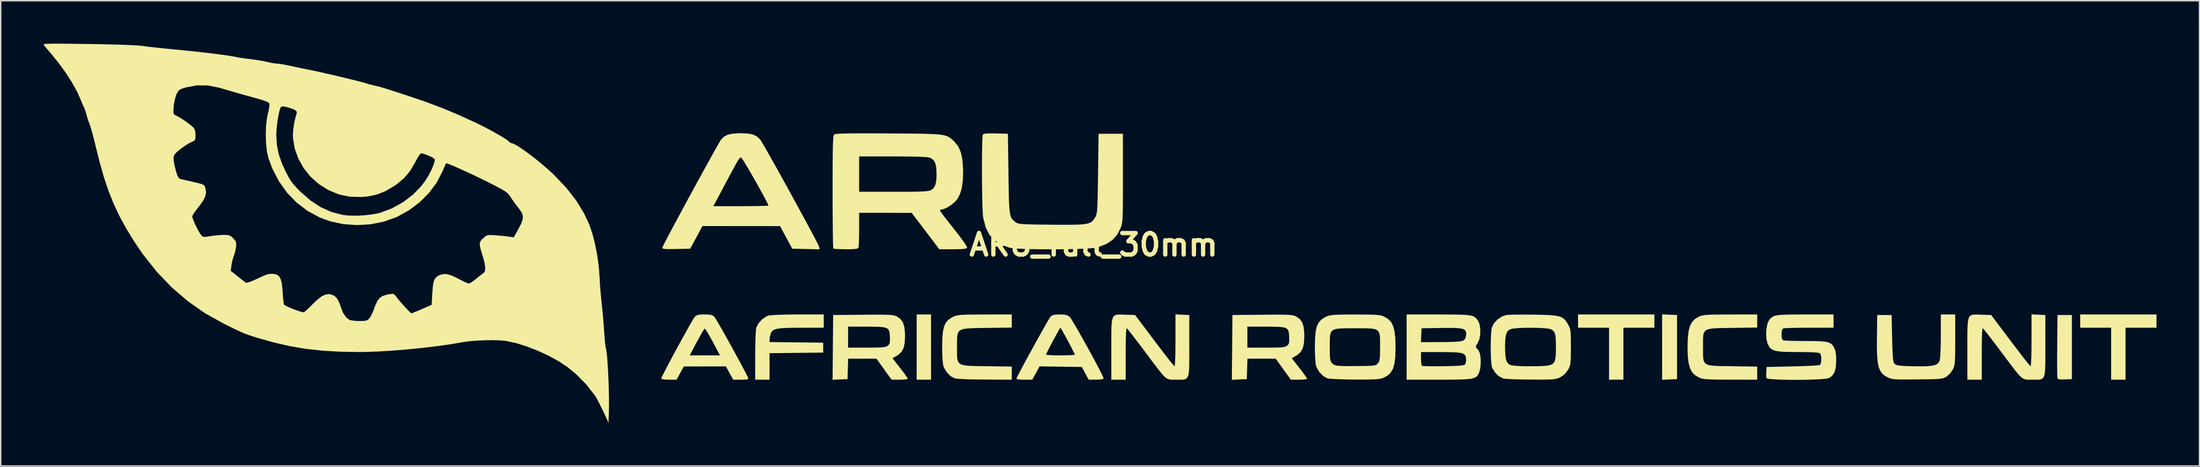
<source format=kicad_pcb>
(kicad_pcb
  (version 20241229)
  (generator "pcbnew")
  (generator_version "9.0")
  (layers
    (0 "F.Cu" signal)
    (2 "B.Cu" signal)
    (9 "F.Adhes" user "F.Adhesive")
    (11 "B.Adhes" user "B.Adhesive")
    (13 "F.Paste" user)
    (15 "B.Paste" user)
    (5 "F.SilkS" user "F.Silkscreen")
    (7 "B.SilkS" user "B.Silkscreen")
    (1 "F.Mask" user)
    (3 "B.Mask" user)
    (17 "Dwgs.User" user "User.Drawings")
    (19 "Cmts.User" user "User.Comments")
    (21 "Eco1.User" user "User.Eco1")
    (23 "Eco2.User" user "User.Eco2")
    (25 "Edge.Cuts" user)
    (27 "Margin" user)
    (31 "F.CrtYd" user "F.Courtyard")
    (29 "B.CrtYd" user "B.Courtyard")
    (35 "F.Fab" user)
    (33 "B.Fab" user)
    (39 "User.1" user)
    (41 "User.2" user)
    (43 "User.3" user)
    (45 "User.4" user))
  (footprint "ARU_full_30mm"
    (layer "F.Cu")
    (at 73.289 14.053)
    (property "Reference" "ARU_full_30mm" (at 0 0 0) (layer "F.SilkS") (effects (font (size 1.5 1.5) (thickness 0.3))))
    (attr board_only exclude_from_pos_files exclude_from_bom)
    (fp_poly (pts (xy -11.349 7.141) (xy -11.349 9.419) (xy -11.851 9.419) (xy -12.353 9.419) (xy -12.353 7.141) (xy -12.353 4.864) (xy -11.851 4.864) (xy -11.349 4.864)) (stroke (width 0) (type solid)) (fill yes) (layer "F.SilkS"))
    (fp_poly (pts (xy 40.204 4.88) (xy 40.725 4.902) (xy 40.725 7.141) (xy 40.725 9.38) (xy 40.204 9.403) (xy 39.683 9.426) (xy 39.683 7.141) (xy 39.683 4.857)) (stroke (width 0) (type solid)) (fill yes) (layer "F.SilkS"))
    (fp_poly (pts (xy 39.142 5.327) (xy 39.142 5.79) (xy 38.061 5.79) (xy 36.981 5.79) (xy 36.981 7.605) (xy 36.981 9.419) (xy 36.479 9.419) (xy 35.977 9.419) (xy 35.977 7.605) (xy 35.977 5.79) (xy 34.896 5.79) (xy 33.815 5.79) (xy 33.815 5.327) (xy 33.815 4.864) (xy 36.479 4.864) (xy 39.142 4.864)) (stroke (width 0) (type solid)) (fill yes) (layer "F.SilkS"))
    (fp_poly (pts (xy 68.287 7.141) (xy 68.287 9.38) (xy 67.803 9.403) (xy 67.503 9.405) (xy 67.335 9.374) (xy 67.281 9.325) (xy 67.271 9.224) (xy 67.264 8.989) (xy 67.26 8.642) (xy 67.257 8.202) (xy 67.258 7.691) (xy 67.262 7.13) (xy 67.262 7.063) (xy 67.283 4.902) (xy 67.785 4.902) (xy 68.287 4.902)) (stroke (width 0) (type solid)) (fill yes) (layer "F.SilkS"))
    (fp_poly (pts (xy 74.193 5.327) (xy 74.193 5.79) (xy 73.112 5.79) (xy 72.031 5.79) (xy 72.031 7.605) (xy 72.031 9.419) (xy 71.529 9.419) (xy 71.027 9.419) (xy 71.027 7.605) (xy 71.027 5.79) (xy 69.947 5.79) (xy 68.866 5.79) (xy 68.866 5.327) (xy 68.866 4.864) (xy 71.529 4.864) (xy 74.193 4.864)) (stroke (width 0) (type solid)) (fill yes) (layer "F.SilkS"))
    (fp_poly (pts (xy -18.838 5.327) (xy -18.838 5.79) (xy -20.362 5.791) (xy -20.986 5.794) (xy -21.474 5.806) (xy -21.844 5.83) (xy -22.113 5.869) (xy -22.301 5.926) (xy -22.425 6.006) (xy -22.503 6.111) (xy -22.537 6.19) (xy -22.597 6.418) (xy -22.621 6.611) (xy -22.621 6.791) (xy -20.748 6.812) (xy -18.876 6.833) (xy -18.876 7.18) (xy -18.876 7.527) (xy -20.748 7.548) (xy -22.621 7.569) (xy -22.621 8.494) (xy -22.621 9.419) (xy -23.122 9.419) (xy -23.624 9.419) (xy -23.624 7.74) (xy -23.62 7.228) (xy -23.611 6.753) (xy -23.596 6.343) (xy -23.577 6.023) (xy -23.555 5.822) (xy -23.547 5.787) (xy -23.4 5.491) (xy -23.152 5.213) (xy -22.855 5.005) (xy -22.693 4.94) (xy -22.541 4.918) (xy -22.261 4.899) (xy -21.877 4.883) (xy -21.417 4.871) (xy -20.906 4.865) (xy -20.633 4.864) (xy -18.838 4.864)) (stroke (width 0) (type solid)) (fill yes) (layer "F.SilkS"))
    (fp_poly (pts (xy 46.322 5.321) (xy 46.322 5.777) (xy 44.578 5.803) (xy 43.964 5.811) (xy 43.488 5.823) (xy 43.13 5.849) (xy 42.876 5.901) (xy 42.707 5.99) (xy 42.606 6.127) (xy 42.555 6.325) (xy 42.539 6.594) (xy 42.539 6.945) (xy 42.539 7.141) (xy 42.538 7.535) (xy 42.544 7.841) (xy 42.577 8.071) (xy 42.652 8.235) (xy 42.787 8.346) (xy 42.999 8.414) (xy 43.306 8.45) (xy 43.725 8.467) (xy 44.272 8.475) (xy 44.578 8.48) (xy 46.322 8.505) (xy 46.322 8.962) (xy 46.322 9.419) (xy 44.45 9.417) (xy 43.851 9.415) (xy 43.385 9.411) (xy 43.031 9.401) (xy 42.767 9.386) (xy 42.572 9.364) (xy 42.426 9.333) (xy 42.306 9.291) (xy 42.263 9.272) (xy 41.984 9.109) (xy 41.773 8.893) (xy 41.623 8.603) (xy 41.525 8.221) (xy 41.473 7.725) (xy 41.458 7.141) (xy 41.475 6.522) (xy 41.53 6.035) (xy 41.631 5.658) (xy 41.785 5.374) (xy 42 5.162) (xy 42.263 5.01) (xy 42.378 4.965) (xy 42.512 4.93) (xy 42.686 4.904) (xy 42.921 4.886) (xy 43.238 4.875) (xy 43.659 4.869) (xy 44.204 4.866) (xy 44.45 4.866) (xy 46.322 4.864)) (stroke (width 0) (type solid)) (fill yes) (layer "F.SilkS"))
    (fp_poly (pts (xy -5.713 5.322) (xy -5.713 5.78) (xy -7.448 5.804) (xy -8.07 5.812) (xy -8.554 5.824) (xy -8.918 5.851) (xy -9.179 5.903) (xy -9.354 5.991) (xy -9.461 6.127) (xy -9.515 6.322) (xy -9.534 6.585) (xy -9.535 6.929) (xy -9.535 7.141) (xy -9.536 7.531) (xy -9.528 7.834) (xy -9.494 8.063) (xy -9.417 8.228) (xy -9.279 8.34) (xy -9.065 8.409) (xy -8.756 8.447) (xy -8.336 8.465) (xy -7.787 8.474) (xy -7.448 8.478) (xy -5.713 8.503) (xy -5.713 8.961) (xy -5.713 9.419) (xy -7.585 9.411) (xy -8.157 9.405) (xy -8.672 9.394) (xy -9.109 9.377) (xy -9.446 9.357) (xy -9.661 9.333) (xy -9.711 9.322) (xy -9.993 9.164) (xy -10.251 8.901) (xy -10.443 8.582) (xy -10.495 8.437) (xy -10.525 8.25) (xy -10.55 7.948) (xy -10.567 7.571) (xy -10.573 7.159) (xy -10.573 7.103) (xy -10.56 6.512) (xy -10.518 6.051) (xy -10.438 5.699) (xy -10.313 5.433) (xy -10.133 5.231) (xy -9.89 5.07) (xy -9.766 5.009) (xy -9.653 4.964) (xy -9.519 4.929) (xy -9.345 4.904) (xy -9.109 4.886) (xy -8.79 4.875) (xy -8.366 4.869) (xy -7.816 4.866) (xy -7.585 4.866) (xy -5.713 4.864)) (stroke (width 0) (type solid)) (fill yes) (layer "F.SilkS"))
    (fp_poly (pts (xy -14.586 4.88) (xy -14.301 4.889) (xy -14.093 4.905) (xy -13.942 4.929) (xy -13.83 4.961) (xy -13.745 4.998) (xy -13.489 5.173) (xy -13.315 5.409) (xy -13.211 5.733) (xy -13.167 6.169) (xy -13.163 6.369) (xy -13.187 6.848) (xy -13.265 7.208) (xy -13.41 7.477) (xy -13.635 7.684) (xy -13.761 7.762) (xy -14.041 7.919) (xy -13.505 8.604) (xy -13.291 8.883) (xy -13.118 9.12) (xy -13.005 9.287) (xy -12.97 9.354) (xy -13.041 9.385) (xy -13.228 9.408) (xy -13.493 9.419) (xy -13.537 9.419) (xy -14.104 9.419) (xy -14.632 8.685) (xy -15.161 7.952) (xy -16.147 7.952) (xy -17.133 7.952) (xy -17.156 8.666) (xy -17.178 9.38) (xy -17.7 9.403) (xy -18.222 9.426) (xy -18.202 7.164) (xy -18.189 5.713) (xy -17.139 5.713) (xy -17.139 6.447) (xy -17.139 7.18) (xy -15.835 7.18) (xy -15.345 7.178) (xy -14.986 7.171) (xy -14.732 7.156) (xy -14.56 7.132) (xy -14.446 7.096) (xy -14.365 7.045) (xy -14.364 7.045) (xy -14.273 6.95) (xy -14.226 6.825) (xy -14.214 6.625) (xy -14.221 6.41) (xy -14.236 6.179) (xy -14.273 6.007) (xy -14.349 5.883) (xy -14.485 5.801) (xy -14.701 5.751) (xy -15.016 5.725) (xy -15.45 5.716) (xy -15.885 5.714) (xy -17.139 5.713) (xy -18.189 5.713) (xy -18.181 4.902) (xy -16.097 4.883) (xy -15.465 4.877) (xy -14.968 4.876)) (stroke (width 0) (type solid)) (fill yes) (layer "F.SilkS"))
    (fp_poly (pts (xy 13.284 4.88) (xy 13.569 4.889) (xy 13.778 4.905) (xy 13.928 4.929) (xy 14.041 4.961) (xy 14.126 4.998) (xy 14.381 5.173) (xy 14.556 5.409) (xy 14.66 5.733) (xy 14.704 6.169) (xy 14.707 6.369) (xy 14.684 6.848) (xy 14.606 7.208) (xy 14.46 7.477) (xy 14.235 7.684) (xy 14.11 7.762) (xy 13.83 7.919) (xy 14.365 8.604) (xy 14.579 8.883) (xy 14.752 9.12) (xy 14.866 9.287) (xy 14.9 9.354) (xy 14.829 9.385) (xy 14.642 9.408) (xy 14.377 9.419) (xy 14.334 9.419) (xy 13.767 9.419) (xy 13.238 8.685) (xy 12.71 7.952) (xy 11.723 7.952) (xy 10.737 7.952) (xy 10.715 8.666) (xy 10.693 9.38) (xy 10.17 9.403) (xy 9.648 9.426) (xy 9.669 7.164) (xy 9.682 5.713) (xy 10.731 5.713) (xy 10.731 6.447) (xy 10.731 7.18) (xy 12.035 7.18) (xy 12.525 7.178) (xy 12.885 7.171) (xy 13.139 7.156) (xy 13.31 7.132) (xy 13.425 7.096) (xy 13.506 7.045) (xy 13.506 7.045) (xy 13.598 6.95) (xy 13.645 6.825) (xy 13.657 6.625) (xy 13.65 6.41) (xy 13.634 6.179) (xy 13.598 6.007) (xy 13.522 5.883) (xy 13.386 5.801) (xy 13.17 5.751) (xy 12.855 5.725) (xy 12.42 5.716) (xy 11.986 5.714) (xy 10.731 5.713) (xy 9.682 5.713) (xy 9.689 4.902) (xy 11.774 4.883) (xy 12.406 4.877) (xy 12.903 4.876)) (stroke (width 0) (type solid)) (fill yes) (layer "F.SilkS"))
    (fp_poly (pts (xy 6.196 4.879) (xy 6.678 4.902) (xy 6.678 7.051) (xy 6.679 7.719) (xy 6.677 8.248) (xy 6.667 8.654) (xy 6.641 8.955) (xy 6.594 9.165) (xy 6.519 9.3) (xy 6.411 9.378) (xy 6.262 9.413) (xy 6.067 9.421) (xy 5.819 9.419) (xy 5.751 9.419) (xy 5.56 9.421) (xy 5.404 9.419) (xy 5.27 9.401) (xy 5.145 9.354) (xy 5.016 9.266) (xy 4.868 9.125) (xy 4.689 8.918) (xy 4.464 8.633) (xy 4.179 8.259) (xy 3.823 7.782) (xy 3.566 7.438) (xy 3.244 7.01) (xy 2.949 6.623) (xy 2.696 6.294) (xy 2.497 6.041) (xy 2.367 5.881) (xy 2.32 5.831) (xy 2.291 5.878) (xy 2.269 6.06) (xy 2.253 6.383) (xy 2.243 6.85) (xy 2.239 7.466) (xy 2.239 7.6) (xy 2.239 9.419) (xy 1.737 9.419) (xy 1.235 9.419) (xy 1.235 7.304) (xy 1.235 6.623) (xy 1.237 6.081) (xy 1.249 5.662) (xy 1.276 5.351) (xy 1.325 5.132) (xy 1.402 4.99) (xy 1.512 4.909) (xy 1.663 4.873) (xy 1.861 4.868) (xy 2.11 4.876) (xy 2.2 4.88) (xy 2.895 4.902) (xy 4.232 6.678) (xy 4.577 7.134) (xy 4.894 7.548) (xy 5.171 7.906) (xy 5.395 8.19) (xy 5.554 8.385) (xy 5.635 8.475) (xy 5.641 8.48) (xy 5.664 8.413) (xy 5.683 8.207) (xy 5.698 7.875) (xy 5.708 7.43) (xy 5.713 6.889) (xy 5.713 6.681) (xy 5.713 4.856)) (stroke (width 0) (type solid)) (fill yes) (layer "F.SilkS"))
    (fp_poly (pts (xy 65.951 4.879) (xy 66.434 4.902) (xy 66.434 7.051) (xy 66.435 7.719) (xy 66.433 8.248) (xy 66.422 8.654) (xy 66.397 8.955) (xy 66.35 9.165) (xy 66.275 9.3) (xy 66.166 9.378) (xy 66.018 9.413) (xy 65.823 9.421) (xy 65.575 9.419) (xy 65.507 9.419) (xy 65.315 9.421) (xy 65.159 9.419) (xy 65.026 9.401) (xy 64.901 9.354) (xy 64.772 9.266) (xy 64.624 9.125) (xy 64.444 8.918) (xy 64.219 8.633) (xy 63.935 8.259) (xy 63.578 7.782) (xy 63.321 7.438) (xy 62.999 7.01) (xy 62.705 6.623) (xy 62.452 6.294) (xy 62.253 6.041) (xy 62.122 5.881) (xy 62.075 5.831) (xy 62.047 5.878) (xy 62.024 6.06) (xy 62.008 6.383) (xy 61.999 6.85) (xy 61.995 7.466) (xy 61.995 7.6) (xy 61.995 9.419) (xy 61.493 9.419) (xy 60.991 9.419) (xy 60.991 7.304) (xy 60.99 6.623) (xy 60.993 6.081) (xy 61.005 5.662) (xy 61.032 5.351) (xy 61.081 5.132) (xy 61.157 4.99) (xy 61.268 4.909) (xy 61.419 4.873) (xy 61.616 4.868) (xy 61.866 4.876) (xy 61.956 4.88) (xy 62.651 4.902) (xy 63.988 6.678) (xy 64.333 7.134) (xy 64.65 7.548) (xy 64.926 7.906) (xy 65.15 8.19) (xy 65.309 8.385) (xy 65.391 8.475) (xy 65.397 8.48) (xy 65.419 8.413) (xy 65.438 8.207) (xy 65.453 7.875) (xy 65.463 7.43) (xy 65.468 6.889) (xy 65.469 6.681) (xy 65.469 4.856)) (stroke (width 0) (type solid)) (fill yes) (layer "F.SilkS"))
    (fp_poly (pts (xy -26.863 4.871) (xy -26.674 4.901) (xy -26.547 4.965) (xy -26.458 5.048) (xy -26.387 5.152) (xy -26.256 5.371) (xy -26.075 5.683) (xy -25.856 6.068) (xy -25.611 6.505) (xy -25.352 6.972) (xy -25.09 7.448) (xy -24.837 7.911) (xy -24.605 8.342) (xy -24.405 8.718) (xy -24.249 9.018) (xy -24.148 9.222) (xy -24.122 9.284) (xy -24.111 9.354) (xy -24.164 9.395) (xy -24.31 9.414) (xy -24.579 9.419) (xy -24.614 9.419) (xy -25.158 9.419) (xy -25.413 8.956) (xy -25.667 8.492) (xy -27.136 8.493) (xy -28.604 8.494) (xy -28.858 8.957) (xy -29.112 9.419) (xy -29.649 9.419) (xy -29.915 9.409) (xy -30.107 9.384) (xy -30.186 9.349) (xy -30.187 9.346) (xy -30.151 9.254) (xy -30.05 9.047) (xy -29.897 8.746) (xy -29.701 8.372) (xy -29.473 7.944) (xy -29.353 7.72) (xy -28.193 7.72) (xy -27.138 7.72) (xy -26.083 7.72) (xy -26.585 6.775) (xy -26.771 6.434) (xy -26.935 6.152) (xy -27.063 5.95) (xy -27.14 5.855) (xy -27.151 5.85) (xy -27.208 5.923) (xy -27.322 6.107) (xy -27.476 6.377) (xy -27.656 6.706) (xy -27.704 6.796) (xy -28.193 7.72) (xy -29.353 7.72) (xy -29.226 7.483) (xy -28.969 7.01) (xy -28.714 6.544) (xy -28.472 6.107) (xy -28.254 5.718) (xy -28.071 5.397) (xy -27.934 5.166) (xy -27.854 5.045) (xy -27.848 5.038) (xy -27.738 4.942) (xy -27.596 4.889) (xy -27.378 4.867) (xy -27.159 4.864)) (stroke (width 0) (type solid)) (fill yes) (layer "F.SilkS"))
    (fp_poly (pts (xy 60.142 6.615) (xy 60.141 7.187) (xy 60.137 7.626) (xy 60.128 7.957) (xy 60.112 8.2) (xy 60.089 8.38) (xy 60.055 8.518) (xy 60.01 8.637) (xy 59.982 8.697) (xy 59.792 8.979) (xy 59.547 9.198) (xy 59.538 9.204) (xy 59.439 9.261) (xy 59.335 9.305) (xy 59.205 9.337) (xy 59.026 9.36) (xy 58.777 9.376) (xy 58.435 9.387) (xy 57.978 9.395) (xy 57.517 9.401) (xy 56.945 9.406) (xy 56.505 9.407) (xy 56.175 9.401) (xy 55.931 9.388) (xy 55.752 9.366) (xy 55.615 9.334) (xy 55.497 9.29) (xy 55.465 9.275) (xy 55.232 9.148) (xy 55.048 8.994) (xy 54.906 8.795) (xy 54.803 8.534) (xy 54.733 8.192) (xy 54.692 7.752) (xy 54.675 7.197) (xy 54.676 6.507) (xy 54.678 6.407) (xy 54.699 4.902) (xy 55.201 4.902) (xy 55.702 4.902) (xy 55.741 6.54) (xy 55.755 7.093) (xy 55.77 7.512) (xy 55.788 7.818) (xy 55.81 8.031) (xy 55.838 8.173) (xy 55.876 8.263) (xy 55.917 8.316) (xy 55.993 8.371) (xy 56.111 8.411) (xy 56.295 8.44) (xy 56.571 8.46) (xy 56.964 8.475) (xy 57.192 8.481) (xy 57.773 8.488) (xy 58.219 8.476) (xy 58.549 8.44) (xy 58.782 8.376) (xy 58.936 8.281) (xy 59.03 8.151) (xy 59.054 8.094) (xy 59.083 7.929) (xy 59.107 7.633) (xy 59.125 7.229) (xy 59.136 6.74) (xy 59.138 6.358) (xy 59.138 4.864) (xy 59.64 4.864) (xy 60.142 4.864)) (stroke (width 0) (type solid)) (fill yes) (layer "F.SilkS"))
    (fp_poly (pts (xy -2.064 4.874) (xy -1.866 4.914) (xy -1.719 4.995) (xy -1.669 5.038) (xy -1.591 5.141) (xy -1.454 5.358) (xy -1.269 5.668) (xy -1.048 6.049) (xy -0.803 6.482) (xy -0.544 6.946) (xy -0.282 7.42) (xy -0.03 7.884) (xy 0.201 8.316) (xy 0.401 8.698) (xy 0.557 9.006) (xy 0.659 9.222) (xy 0.695 9.325) (xy 0.631 9.381) (xy 0.431 9.411) (xy 0.174 9.418) (xy -0.347 9.416) (xy -0.585 8.974) (xy -0.823 8.531) (xy -2.297 8.51) (xy -3.771 8.489) (xy -4.026 8.954) (xy -4.282 9.419) (xy -4.851 9.419) (xy -5.157 9.412) (xy -5.328 9.388) (xy -5.386 9.344) (xy -5.382 9.322) (xy -5.318 9.187) (xy -5.192 8.942) (xy -5.016 8.61) (xy -4.801 8.211) (xy -4.559 7.765) (xy -4.507 7.671) (xy -3.32 7.671) (xy -3.247 7.689) (xy -3.049 7.705) (xy -2.754 7.715) (xy -2.39 7.72) (xy -2.316 7.72) (xy -1.943 7.717) (xy -1.632 7.708) (xy -1.414 7.694) (xy -1.315 7.678) (xy -1.312 7.674) (xy -1.346 7.587) (xy -1.438 7.399) (xy -1.57 7.14) (xy -1.727 6.84) (xy -1.893 6.529) (xy -2.051 6.239) (xy -2.185 6) (xy -2.28 5.841) (xy -2.317 5.792) (xy -2.364 5.855) (xy -2.464 6.025) (xy -2.603 6.273) (xy -2.763 6.567) (xy -2.928 6.877) (xy -3.083 7.173) (xy -3.21 7.425) (xy -3.294 7.602) (xy -3.32 7.671) (xy -4.507 7.671) (xy -4.301 7.294) (xy -4.039 6.818) (xy -3.784 6.358) (xy -3.547 5.936) (xy -3.341 5.571) (xy -3.176 5.285) (xy -3.064 5.099) (xy -3.022 5.038) (xy -2.911 4.94) (xy -2.766 4.887) (xy -2.539 4.866) (xy -2.365 4.864)) (stroke (width 0) (type solid)) (fill yes) (layer "F.SilkS"))
    (fp_poly (pts (xy 51.649 5.327) (xy 51.649 5.79) (xy 49.957 5.79) (xy 49.455 5.792) (xy 49.002 5.798) (xy 48.62 5.807) (xy 48.334 5.818) (xy 48.169 5.832) (xy 48.143 5.837) (xy 48.06 5.925) (xy 48.024 6.125) (xy 48.021 6.253) (xy 48.039 6.51) (xy 48.101 6.643) (xy 48.143 6.67) (xy 48.256 6.685) (xy 48.497 6.698) (xy 48.839 6.708) (xy 49.254 6.715) (xy 49.691 6.717) (xy 50.263 6.72) (xy 50.703 6.734) (xy 51.032 6.762) (xy 51.271 6.812) (xy 51.442 6.887) (xy 51.566 6.993) (xy 51.666 7.135) (xy 51.703 7.201) (xy 51.785 7.434) (xy 51.828 7.764) (xy 51.836 8.068) (xy 51.808 8.543) (xy 51.718 8.894) (xy 51.559 9.144) (xy 51.343 9.302) (xy 51.197 9.339) (xy 50.931 9.37) (xy 50.569 9.395) (xy 50.136 9.413) (xy 49.655 9.425) (xy 49.15 9.431) (xy 48.647 9.43) (xy 48.168 9.422) (xy 47.739 9.408) (xy 47.382 9.387) (xy 47.123 9.36) (xy 46.986 9.326) (xy 46.971 9.312) (xy 46.951 9.172) (xy 46.95 8.951) (xy 46.954 8.868) (xy 46.978 8.531) (xy 48.793 8.492) (xy 49.31 8.479) (xy 49.779 8.462) (xy 50.175 8.443) (xy 50.476 8.423) (xy 50.66 8.403) (xy 50.703 8.391) (xy 50.767 8.274) (xy 50.796 8.07) (xy 50.79 7.841) (xy 50.748 7.65) (xy 50.707 7.581) (xy 50.613 7.545) (xy 50.404 7.518) (xy 50.07 7.5) (xy 49.6 7.491) (xy 49.144 7.488) (xy 48.554 7.484) (xy 48.097 7.468) (xy 47.754 7.435) (xy 47.502 7.377) (xy 47.322 7.29) (xy 47.193 7.168) (xy 47.094 7.004) (xy 47.043 6.892) (xy 46.967 6.596) (xy 46.942 6.232) (xy 46.964 5.855) (xy 47.031 5.519) (xy 47.138 5.278) (xy 47.142 5.273) (xy 47.235 5.155) (xy 47.333 5.062) (xy 47.453 4.992) (xy 47.616 4.94) (xy 47.839 4.905) (xy 48.142 4.883) (xy 48.545 4.871) (xy 49.065 4.866) (xy 49.661 4.865) (xy 51.649 4.864)) (stroke (width 0) (type solid)) (fill yes) (layer "F.SilkS"))
    (fp_poly (pts (xy -24.162 -7.778) (xy -23.804 -7.713) (xy -23.533 -7.591) (xy -23.317 -7.403) (xy -23.269 -7.345) (xy -23.192 -7.228) (xy -23.053 -6.994) (xy -22.859 -6.658) (xy -22.619 -6.235) (xy -22.341 -5.741) (xy -22.034 -5.192) (xy -21.707 -4.602) (xy -21.368 -3.988) (xy -21.025 -3.364) (xy -20.687 -2.746) (xy -20.362 -2.15) (xy -20.06 -1.591) (xy -19.787 -1.084) (xy -19.553 -0.645) (xy -19.367 -0.29) (xy -19.236 -0.033) (xy -19.169 0.11) (xy -19.163 0.13) (xy -19.128 0.314) (xy -20.083 0.292) (xy -21.038 0.27) (xy -21.463 -0.519) (xy -21.887 -1.309) (xy -24.596 -1.311) (xy -27.304 -1.312) (xy -27.732 -0.521) (xy -28.159 0.27) (xy -29.134 0.292) (xy -29.545 0.298) (xy -29.825 0.295) (xy -29.996 0.279) (xy -30.084 0.25) (xy -30.109 0.203) (xy -30.109 0.199) (xy -30.073 0.115) (xy -29.971 -0.09) (xy -29.81 -0.4) (xy -29.6 -0.8) (xy -29.347 -1.274) (xy -29.061 -1.808) (xy -28.75 -2.386) (xy -28.579 -2.702) (xy -26.544 -2.702) (xy -24.621 -2.702) (xy -24.095 -2.704) (xy -23.623 -2.708) (xy -23.227 -2.714) (xy -22.928 -2.722) (xy -22.745 -2.732) (xy -22.698 -2.74) (xy -22.734 -2.837) (xy -22.835 -3.042) (xy -22.987 -3.331) (xy -23.179 -3.684) (xy -23.396 -4.077) (xy -23.628 -4.489) (xy -23.861 -4.897) (xy -24.083 -5.279) (xy -24.28 -5.612) (xy -24.441 -5.875) (xy -24.552 -6.044) (xy -24.601 -6.099) (xy -24.642 -6.095) (xy -24.685 -6.072) (xy -24.738 -6.015) (xy -24.811 -5.909) (xy -24.913 -5.739) (xy -25.052 -5.491) (xy -25.238 -5.149) (xy -25.48 -4.698) (xy -25.731 -4.227) (xy -26.544 -2.702) (xy -28.579 -2.702) (xy -28.421 -2.994) (xy -28.084 -3.616) (xy -27.745 -4.237) (xy -27.414 -4.842) (xy -27.099 -5.416) (xy -26.808 -5.943) (xy -26.549 -6.41) (xy -26.33 -6.8) (xy -26.159 -7.098) (xy -26.046 -7.29) (xy -26.011 -7.344) (xy -25.813 -7.551) (xy -25.55 -7.689) (xy -25.196 -7.768) (xy -24.722 -7.797) (xy -24.638 -7.798)) (stroke (width 0) (type solid)) (fill yes) (layer "F.SilkS"))
    (fp_poly (pts (xy 24.068 4.865) (xy 24.749 4.866) (xy 25.293 4.871) (xy 25.718 4.881) (xy 26.042 4.9) (xy 26.284 4.93) (xy 26.46 4.974) (xy 26.589 5.035) (xy 26.688 5.115) (xy 26.777 5.216) (xy 26.821 5.275) (xy 26.937 5.534) (xy 26.992 5.878) (xy 26.988 6.253) (xy 26.924 6.602) (xy 26.803 6.87) (xy 26.8 6.874) (xy 26.701 7.039) (xy 26.677 7.153) (xy 26.689 7.17) (xy 26.781 7.265) (xy 26.891 7.409) (xy 26.97 7.618) (xy 27.013 7.923) (xy 27.02 8.273) (xy 26.989 8.615) (xy 26.92 8.894) (xy 26.912 8.914) (xy 26.849 9.051) (xy 26.775 9.16) (xy 26.673 9.245) (xy 26.528 9.309) (xy 26.322 9.355) (xy 26.038 9.386) (xy 25.66 9.405) (xy 25.172 9.415) (xy 24.556 9.418) (xy 24.091 9.419) (xy 21.849 9.419) (xy 21.849 7.489) (xy 22.852 7.489) (xy 22.852 7.939) (xy 22.861 8.191) (xy 22.884 8.378) (xy 22.908 8.445) (xy 23 8.462) (xy 23.22 8.474) (xy 23.545 8.481) (xy 23.949 8.482) (xy 24.408 8.478) (xy 24.417 8.478) (xy 24.942 8.467) (xy 25.333 8.454) (xy 25.609 8.435) (xy 25.79 8.411) (xy 25.896 8.378) (xy 25.944 8.338) (xy 25.99 8.185) (xy 26 7.969) (xy 25.999 7.954) (xy 25.976 7.804) (xy 25.919 7.69) (xy 25.81 7.607) (xy 25.63 7.551) (xy 25.359 7.516) (xy 24.98 7.498) (xy 24.473 7.491) (xy 24.223 7.49) (xy 22.852 7.489) (xy 21.849 7.489) (xy 21.849 7.141) (xy 21.849 6.794) (xy 22.845 6.794) (xy 24.219 6.793) (xy 24.814 6.787) (xy 25.263 6.771) (xy 25.575 6.744) (xy 25.759 6.706) (xy 25.786 6.695) (xy 25.934 6.57) (xy 25.998 6.361) (xy 26.003 6.314) (xy 26.006 6.143) (xy 25.971 6.014) (xy 25.88 5.92) (xy 25.716 5.858) (xy 25.46 5.821) (xy 25.095 5.805) (xy 24.604 5.804) (xy 24.272 5.808) (xy 22.891 5.829) (xy 22.868 6.311) (xy 22.845 6.794) (xy 21.849 6.794) (xy 21.849 4.864)) (stroke (width 0) (type solid)) (fill yes) (layer "F.SilkS"))
    (fp_poly (pts (xy -6.826 -7.781) (xy -5.983 -7.759) (xy -5.945 -4.98) (xy -5.934 -4.212) (xy -5.922 -3.582) (xy -5.908 -3.076) (xy -5.888 -2.677) (xy -5.862 -2.37) (xy -5.826 -2.138) (xy -5.779 -1.966) (xy -5.717 -1.839) (xy -5.639 -1.74) (xy -5.543 -1.655) (xy -5.457 -1.59) (xy -5.388 -1.544) (xy -5.309 -1.507) (xy -5.201 -1.479) (xy -5.046 -1.457) (xy -4.827 -1.441) (xy -4.525 -1.43) (xy -4.124 -1.421) (xy -3.605 -1.414) (xy -2.95 -1.408) (xy -2.909 -1.407) (xy -2.19 -1.402) (xy -1.608 -1.402) (xy -1.147 -1.41) (xy -0.79 -1.43) (xy -0.519 -1.464) (xy -0.319 -1.515) (xy -0.171 -1.586) (xy -0.059 -1.68) (xy 0.033 -1.799) (xy 0.113 -1.93) (xy 0.155 -2.009) (xy 0.188 -2.099) (xy 0.216 -2.217) (xy 0.238 -2.38) (xy 0.255 -2.603) (xy 0.269 -2.904) (xy 0.281 -3.297) (xy 0.291 -3.801) (xy 0.301 -4.43) (xy 0.309 -4.98) (xy 0.347 -7.759) (xy 1.197 -7.759) (xy 2.046 -7.759) (xy 2.046 -4.671) (xy 2.046 -3.898) (xy 2.044 -3.263) (xy 2.041 -2.751) (xy 2.036 -2.345) (xy 2.027 -2.029) (xy 2.014 -1.786) (xy 1.996 -1.602) (xy 1.972 -1.459) (xy 1.941 -1.341) (xy 1.904 -1.233) (xy 1.874 -1.157) (xy 1.634 -0.699) (xy 1.318 -0.342) (xy 0.904 -0.068) (xy 0.37 0.14) (xy 0.189 0.191) (xy -0.02 0.224) (xy -0.358 0.252) (xy -0.802 0.274) (xy -1.329 0.292) (xy -1.913 0.304) (xy -2.533 0.31) (xy -3.164 0.312) (xy -3.782 0.308) (xy -4.365 0.298) (xy -4.888 0.283) (xy -5.328 0.262) (xy -5.662 0.235) (xy -5.865 0.203) (xy -5.867 0.203) (xy -6.458 -0.016) (xy -6.926 -0.32) (xy -7.283 -0.719) (xy -7.537 -1.226) (xy -7.698 -1.85) (xy -7.717 -1.971) (xy -7.736 -2.177) (xy -7.752 -2.501) (xy -7.766 -2.919) (xy -7.777 -3.412) (xy -7.785 -3.958) (xy -7.791 -4.535) (xy -7.793 -5.122) (xy -7.793 -5.697) (xy -7.79 -6.239) (xy -7.783 -6.727) (xy -7.774 -7.139) (xy -7.761 -7.453) (xy -7.745 -7.65) (xy -7.732 -7.704) (xy -7.655 -7.75) (xy -7.482 -7.777) (xy -7.192 -7.786)) (stroke (width 0) (type solid)) (fill yes) (layer "F.SilkS"))
    (fp_poly (pts (xy 18.829 4.869) (xy 19.267 4.874) (xy 19.596 4.884) (xy 19.839 4.902) (xy 20.019 4.928) (xy 20.158 4.965) (xy 20.272 5.01) (xy 20.544 5.167) (xy 20.751 5.374) (xy 20.9 5.649) (xy 21 6.013) (xy 21.056 6.485) (xy 21.076 7.086) (xy 21.077 7.208) (xy 21.059 7.818) (xy 20.999 8.297) (xy 20.89 8.666) (xy 20.723 8.945) (xy 20.489 9.153) (xy 20.209 9.299) (xy 20.082 9.341) (xy 19.909 9.371) (xy 19.67 9.392) (xy 19.344 9.405) (xy 18.91 9.411) (xy 18.346 9.411) (xy 18.242 9.411) (xy 17.719 9.405) (xy 17.241 9.392) (xy 16.834 9.375) (xy 16.522 9.353) (xy 16.333 9.329) (xy 16.307 9.322) (xy 16.025 9.164) (xy 15.766 8.901) (xy 15.575 8.582) (xy 15.523 8.437) (xy 15.492 8.25) (xy 15.468 7.948) (xy 15.451 7.571) (xy 15.445 7.159) (xy 15.445 7.103) (xy 15.45 6.848) (xy 16.483 6.848) (xy 16.483 7.135) (xy 16.486 7.547) (xy 16.497 7.835) (xy 16.521 8.026) (xy 16.56 8.152) (xy 16.62 8.241) (xy 16.626 8.248) (xy 16.706 8.327) (xy 16.798 8.386) (xy 16.925 8.427) (xy 17.109 8.453) (xy 17.373 8.466) (xy 17.739 8.47) (xy 18.231 8.468) (xy 18.401 8.466) (xy 18.877 8.461) (xy 19.224 8.453) (xy 19.464 8.44) (xy 19.623 8.417) (xy 19.725 8.383) (xy 19.794 8.333) (xy 19.848 8.272) (xy 19.912 8.174) (xy 19.954 8.046) (xy 19.98 7.858) (xy 19.992 7.579) (xy 19.996 7.179) (xy 19.996 7.141) (xy 19.996 6.717) (xy 19.984 6.395) (xy 19.942 6.162) (xy 19.85 6.003) (xy 19.69 5.905) (xy 19.443 5.853) (xy 19.09 5.832) (xy 18.613 5.828) (xy 18.268 5.829) (xy 17.699 5.829) (xy 17.265 5.838) (xy 16.949 5.871) (xy 16.732 5.939) (xy 16.595 6.058) (xy 16.521 6.24) (xy 16.489 6.499) (xy 16.483 6.848) (xy 15.45 6.848) (xy 15.458 6.512) (xy 15.5 6.051) (xy 15.579 5.699) (xy 15.705 5.433) (xy 15.885 5.231) (xy 16.128 5.07) (xy 16.251 5.009) (xy 16.371 4.962) (xy 16.511 4.926) (xy 16.695 4.9) (xy 16.944 4.883) (xy 17.281 4.873) (xy 17.729 4.868) (xy 18.259 4.867)) (stroke (width 0) (type solid)) (fill yes) (layer "F.SilkS"))
    (fp_poly (pts (xy 30.662 4.876) (xy 30.766 4.877) (xy 31.376 4.89) (xy 31.854 4.909) (xy 32.219 4.943) (xy 32.493 4.996) (xy 32.698 5.074) (xy 32.853 5.185) (xy 32.98 5.334) (xy 33.101 5.528) (xy 33.12 5.563) (xy 33.193 5.7) (xy 33.245 5.831) (xy 33.279 5.986) (xy 33.3 6.192) (xy 33.31 6.479) (xy 33.313 6.877) (xy 33.313 7.141) (xy 33.312 7.609) (xy 33.306 7.951) (xy 33.291 8.197) (xy 33.265 8.376) (xy 33.222 8.517) (xy 33.161 8.649) (xy 33.12 8.724) (xy 32.875 9.046) (xy 32.583 9.245) (xy 32.463 9.302) (xy 32.342 9.345) (xy 32.199 9.375) (xy 32.01 9.396) (xy 31.751 9.407) (xy 31.4 9.413) (xy 30.933 9.413) (xy 30.537 9.412) (xy 30.024 9.407) (xy 29.551 9.396) (xy 29.142 9.381) (xy 28.826 9.362) (xy 28.628 9.342) (xy 28.59 9.334) (xy 28.291 9.179) (xy 28.022 8.922) (xy 27.833 8.614) (xy 27.796 8.509) (xy 27.763 8.299) (xy 27.738 7.974) (xy 27.724 7.572) (xy 27.719 7.141) (xy 28.72 7.141) (xy 28.732 7.613) (xy 28.773 7.954) (xy 28.851 8.186) (xy 28.972 8.331) (xy 29.133 8.408) (xy 29.331 8.44) (xy 29.645 8.464) (xy 30.036 8.478) (xy 30.468 8.483) (xy 30.9 8.479) (xy 31.296 8.466) (xy 31.617 8.443) (xy 31.825 8.412) (xy 31.831 8.41) (xy 32.004 8.344) (xy 32.126 8.243) (xy 32.204 8.08) (xy 32.249 7.83) (xy 32.268 7.47) (xy 32.271 7.141) (xy 32.264 6.689) (xy 32.238 6.365) (xy 32.184 6.145) (xy 32.093 6.003) (xy 31.957 5.915) (xy 31.831 5.873) (xy 31.616 5.837) (xy 31.286 5.812) (xy 30.883 5.798) (xy 30.445 5.793) (xy 30.011 5.799) (xy 29.623 5.816) (xy 29.319 5.843) (xy 29.171 5.87) (xy 28.989 5.947) (xy 28.862 6.079) (xy 28.78 6.288) (xy 28.736 6.598) (xy 28.72 7.032) (xy 28.72 7.141) (xy 27.719 7.141) (xy 27.719 7.133) (xy 27.724 6.695) (xy 27.739 6.296) (xy 27.763 5.976) (xy 27.795 5.779) (xy 27.951 5.468) (xy 28.215 5.191) (xy 28.538 4.986) (xy 28.81 4.902) (xy 28.989 4.888) (xy 29.292 4.878) (xy 29.692 4.873) (xy 30.158 4.872)) (stroke (width 0) (type solid)) (fill yes) (layer "F.SilkS"))
    (fp_poly (pts (xy -15.423 -7.787) (xy -14.537 -7.783) (xy -14.309 -7.781) (xy -13.421 -7.776) (xy -12.672 -7.77) (xy -12.05 -7.762) (xy -11.541 -7.75) (xy -11.129 -7.733) (xy -10.802 -7.708) (xy -10.545 -7.673) (xy -10.343 -7.628) (xy -10.184 -7.57) (xy -10.052 -7.497) (xy -9.935 -7.408) (xy -9.817 -7.301) (xy -9.706 -7.194) (xy -9.452 -6.874) (xy -9.272 -6.467) (xy -9.161 -5.956) (xy -9.113 -5.323) (xy -9.11 -5.104) (xy -9.133 -4.464) (xy -9.207 -3.945) (xy -9.337 -3.525) (xy -9.526 -3.178) (xy -9.707 -2.978) (xy -9.958 -2.777) (xy -10.23 -2.606) (xy -10.477 -2.495) (xy -10.607 -2.471) (xy -10.715 -2.436) (xy -10.731 -2.402) (xy -10.685 -2.323) (xy -10.556 -2.144) (xy -10.359 -1.884) (xy -10.108 -1.561) (xy -9.818 -1.195) (xy -9.76 -1.122) (xy -9.428 -0.7) (xy -9.16 -0.343) (xy -8.965 -0.064) (xy -8.854 0.122) (xy -8.831 0.199) (xy -8.881 0.247) (xy -9.003 0.279) (xy -9.22 0.299) (xy -9.555 0.307) (xy -9.822 0.309) (xy -10.77 0.308) (xy -11.735 -0.963) (xy -12.7 -2.235) (xy -14.534 -2.237) (xy -16.367 -2.239) (xy -16.367 -1.087) (xy -16.37 -0.673) (xy -16.379 -0.308) (xy -16.391 -0.022) (xy -16.407 0.153) (xy -16.414 0.187) (xy -16.461 0.242) (xy -16.567 0.279) (xy -16.759 0.299) (xy -17.065 0.308) (xy -17.289 0.309) (xy -17.632 0.304) (xy -17.916 0.292) (xy -18.107 0.274) (xy -18.169 0.257) (xy -18.179 0.172) (xy -18.188 -0.052) (xy -18.197 -0.402) (xy -18.204 -0.861) (xy -18.21 -1.416) (xy -18.215 -2.052) (xy -18.219 -2.753) (xy -18.22 -3.506) (xy -18.22 -3.709) (xy -18.219 -4.608) (xy -18.218 -5.364) (xy -18.214 -5.99) (xy -18.212 -6.176) (xy -16.367 -6.176) (xy -16.367 -4.941) (xy -16.367 -3.706) (xy -13.97 -3.706) (xy -13.264 -3.707) (xy -12.698 -3.711) (xy -12.254 -3.719) (xy -11.917 -3.732) (xy -11.671 -3.749) (xy -11.501 -3.773) (xy -11.391 -3.802) (xy -11.36 -3.816) (xy -11.177 -3.953) (xy -11.056 -4.156) (xy -10.988 -4.451) (xy -10.963 -4.867) (xy -10.963 -4.949) (xy -10.985 -5.398) (xy -11.056 -5.72) (xy -11.187 -5.937) (xy -11.385 -6.071) (xy -11.435 -6.091) (xy -11.599 -6.119) (xy -11.912 -6.141) (xy -12.367 -6.159) (xy -12.96 -6.17) (xy -13.683 -6.176) (xy -14.024 -6.176) (xy -16.367 -6.176) (xy -18.212 -6.176) (xy -18.208 -6.497) (xy -18.2 -6.897) (xy -18.189 -7.202) (xy -18.176 -7.425) (xy -18.159 -7.576) (xy -18.138 -7.668) (xy -18.113 -7.713) (xy -18.111 -7.714) (xy -18.04 -7.737) (xy -17.88 -7.755) (xy -17.621 -7.768) (xy -17.255 -7.778) (xy -16.773 -7.785) (xy -16.165 -7.787)) (stroke (width 0) (type solid)) (fill yes) (layer "F.SilkS"))
    (fp_poly (pts (xy -72.091 -14.052) (xy -71.564 -14.047) (xy -70.908 -14.039) (xy -70.178 -14.029) (xy -69.449 -14.018) (xy -68.755 -14.003) (xy -68.114 -13.985) (xy -67.546 -13.966) (xy -67.07 -13.945) (xy -66.705 -13.925) (xy -66.47 -13.904) (xy -66.434 -13.899) (xy -66.189 -13.864) (xy -65.823 -13.82) (xy -65.371 -13.77) (xy -64.866 -13.718) (xy -64.342 -13.667) (xy -64.272 -13.66) (xy -63.495 -13.585) (xy -62.74 -13.507) (xy -62.028 -13.428) (xy -61.379 -13.35) (xy -60.814 -13.277) (xy -60.354 -13.211) (xy -60.019 -13.154) (xy -59.932 -13.135) (xy -59.683 -13.088) (xy -59.342 -13.035) (xy -58.969 -12.985) (xy -58.844 -12.971) (xy -58.462 -12.92) (xy -58.079 -12.857) (xy -57.762 -12.793) (xy -57.689 -12.775) (xy -57.406 -12.711) (xy -57.147 -12.67) (xy -57.028 -12.661) (xy -56.849 -12.645) (xy -56.572 -12.601) (xy -56.245 -12.538) (xy -56.137 -12.515) (xy -55.719 -12.425) (xy -55.253 -12.328) (xy -54.834 -12.243) (xy -54.815 -12.24) (xy -54.463 -12.167) (xy -54.025 -12.072) (xy -53.528 -11.96) (xy -53.002 -11.839) (xy -52.475 -11.714) (xy -51.975 -11.594) (xy -51.531 -11.484) (xy -51.172 -11.392) (xy -50.927 -11.324) (xy -50.877 -11.309) (xy -50.57 -11.218) (xy -50.248 -11.137) (xy -50.182 -11.123) (xy -50.063 -11.097) (xy -49.949 -11.07) (xy -49.82 -11.036) (xy -49.655 -10.988) (xy -49.433 -10.919) (xy -49.135 -10.825) (xy -48.739 -10.697) (xy -48.225 -10.531) (xy -47.982 -10.452) (xy -46.697 -10.016) (xy -45.509 -9.571) (xy -44.36 -9.093) (xy -43.193 -8.56) (xy -43.043 -8.489) (xy -42.618 -8.279) (xy -42.189 -8.055) (xy -41.779 -7.831) (xy -41.413 -7.621) (xy -41.114 -7.438) (xy -40.908 -7.297) (xy -40.818 -7.213) (xy -40.694 -7.115) (xy -40.63 -7.103) (xy -40.474 -7.053) (xy -40.224 -6.916) (xy -39.899 -6.704) (xy -39.519 -6.434) (xy -39.106 -6.121) (xy -38.678 -5.779) (xy -38.255 -5.423) (xy -37.859 -5.069) (xy -37.649 -4.871) (xy -36.809 -3.985) (xy -36.116 -3.093) (xy -35.562 -2.184) (xy -35.224 -1.467) (xy -35.006 -0.842) (xy -34.814 -0.109) (xy -34.657 0.689) (xy -34.544 1.505) (xy -34.484 2.295) (xy -34.48 2.393) (xy -34.465 2.691) (xy -34.435 3.092) (xy -34.394 3.549) (xy -34.347 4.013) (xy -34.339 4.092) (xy -34.286 4.598) (xy -34.235 5.151) (xy -34.192 5.684) (xy -34.161 6.132) (xy -34.161 6.136) (xy -34.134 6.514) (xy -34.103 6.848) (xy -34.07 7.101) (xy -34.042 7.231) (xy -34.009 7.388) (xy -33.976 7.674) (xy -33.943 8.064) (xy -33.911 8.53) (xy -33.883 9.049) (xy -33.859 9.594) (xy -33.841 10.14) (xy -33.83 10.661) (xy -33.828 11.131) (xy -33.831 11.426) (xy -33.842 11.812) (xy -33.853 12.127) (xy -33.863 12.347) (xy -33.872 12.448) (xy -33.875 12.448) (xy -33.922 12.309) (xy -34.025 12.069) (xy -34.166 11.763) (xy -34.328 11.427) (xy -34.494 11.096) (xy -34.647 10.806) (xy -34.77 10.59) (xy -34.803 10.539) (xy -35.406 9.763) (xy -36.118 9.04) (xy -36.696 8.561) (xy -37.301 8.155) (xy -38.008 7.764) (xy -38.773 7.408) (xy -39.555 7.102) (xy -40.312 6.865) (xy -41.003 6.715) (xy -41.069 6.705) (xy -41.434 6.673) (xy -41.904 6.66) (xy -42.433 6.665) (xy -42.972 6.687) (xy -43.474 6.723) (xy -43.891 6.774) (xy -43.991 6.791) (xy -44.856 6.939) (xy -45.829 7.077) (xy -46.869 7.201) (xy -47.937 7.308) (xy -48.992 7.393) (xy -49.994 7.453) (xy -50.904 7.485) (xy -51.278 7.488) (xy -52.618 7.465) (xy -53.847 7.392) (xy -55 7.264) (xy -56.113 7.076) (xy -57.223 6.822) (xy -58.366 6.497) (xy -58.443 6.474) (xy -58.748 6.377) (xy -59 6.293) (xy -59.229 6.209) (xy -59.464 6.111) (xy -59.736 5.987) (xy -60.074 5.825) (xy -60.508 5.611) (xy -60.712 5.51) (xy -62.018 4.782) (xy -63.234 3.932) (xy -64.366 2.958) (xy -65.416 1.857) (xy -66.389 0.624) (xy -66.949 -0.199) (xy -67.503 -1.099) (xy -67.98 -1.969) (xy -68.394 -2.84) (xy -68.758 -3.747) (xy -69.085 -4.719) (xy -69.388 -5.791) (xy -69.599 -6.64) (xy -69.719 -7.129) (xy -69.836 -7.585) (xy -69.943 -7.98) (xy -70.033 -8.288) (xy -70.1 -8.481) (xy -70.116 -8.517) (xy -70.176 -8.668) (xy -70.251 -8.907) (xy -70.302 -9.092) (xy -70.374 -9.342) (xy -70.38 -9.359) (xy -64.233 -9.359) (xy -64.226 -9.196) (xy -64.182 -9.105) (xy -64.09 -9.047) (xy -64.031 -9.021) (xy -63.817 -8.909) (xy -63.553 -8.744) (xy -63.278 -8.552) (xy -63.028 -8.361) (xy -62.843 -8.199) (xy -62.768 -8.108) (xy -62.718 -7.941) (xy -62.691 -7.701) (xy -62.689 -7.625) (xy -62.7 -7.41) (xy -62.755 -7.292) (xy -62.888 -7.217) (xy -62.953 -7.193) (xy -63.14 -7.1) (xy -63.396 -6.94) (xy -63.673 -6.745) (xy -63.725 -6.705) (xy -63.994 -6.487) (xy -64.155 -6.311) (xy -64.224 -6.131) (xy -64.219 -5.9) (xy -64.158 -5.572) (xy -64.155 -5.559) (xy -64.055 -5.14) (xy -63.963 -4.855) (xy -63.869 -4.683) (xy -63.764 -4.603) (xy -63.738 -4.596) (xy -63.596 -4.565) (xy -63.345 -4.509) (xy -63.026 -4.436) (xy -62.823 -4.389) (xy -62.481 -4.309) (xy -62.259 -4.246) (xy -62.127 -4.185) (xy -62.055 -4.11) (xy -62.013 -4.003) (xy -61.994 -3.937) (xy -61.957 -3.668) (xy -62.003 -3.401) (xy -62.143 -3.108) (xy -62.39 -2.757) (xy -62.493 -2.629) (xy -62.686 -2.379) (xy -62.835 -2.161) (xy -62.914 -2.011) (xy -62.921 -1.98) (xy -62.886 -1.837) (xy -62.794 -1.604) (xy -62.667 -1.327) (xy -62.525 -1.049) (xy -62.39 -0.814) (xy -62.315 -0.704) (xy -62.23 -0.607) (xy -62.139 -0.561) (xy -61.998 -0.558) (xy -61.762 -0.592) (xy -61.672 -0.608) (xy -61.318 -0.656) (xy -60.942 -0.688) (xy -60.726 -0.695) (xy -60.46 -0.686) (xy -60.286 -0.643) (xy -60.146 -0.545) (xy -60.049 -0.447) (xy -59.908 -0.277) (xy -59.85 -0.126) (xy -59.855 0.079) (xy -59.866 0.166) (xy -59.92 0.454) (xy -59.998 0.726) (xy -60.024 0.793) (xy -60.102 1.035) (xy -60.167 1.331) (xy -60.183 1.435) (xy -60.233 1.814) (xy -59.744 2.205) (xy -59.503 2.394) (xy -59.303 2.548) (xy -59.179 2.639) (xy -59.164 2.649) (xy -59.061 2.64) (xy -58.854 2.571) (xy -58.576 2.456) (xy -58.353 2.352) (xy -57.99 2.183) (xy -57.722 2.079) (xy -57.51 2.03) (xy -57.316 2.022) (xy -57.289 2.023) (xy -57.047 2.069) (xy -56.87 2.184) (xy -56.746 2.387) (xy -56.666 2.697) (xy -56.618 3.135) (xy -56.608 3.307) (xy -56.586 3.643) (xy -56.556 3.928) (xy -56.525 4.121) (xy -56.508 4.174) (xy -56.416 4.243) (xy -56.219 4.341) (xy -55.957 4.452) (xy -55.673 4.561) (xy -55.409 4.649) (xy -55.207 4.702) (xy -55.14 4.709) (xy -55.054 4.657) (xy -54.891 4.516) (xy -54.681 4.313) (xy -54.57 4.2) (xy -54.201 3.841) (xy -53.892 3.602) (xy -53.623 3.473) (xy -53.371 3.443) (xy -53.209 3.47) (xy -52.978 3.576) (xy -52.794 3.769) (xy -52.64 4.075) (xy -52.533 4.389) (xy -52.378 4.773) (xy -52.174 5.069) (xy -51.944 5.245) (xy -51.928 5.251) (xy -51.768 5.286) (xy -51.512 5.312) (xy -51.247 5.322) (xy -50.951 5.317) (xy -50.763 5.286) (xy -50.636 5.22) (xy -50.573 5.16) (xy -50.452 4.983) (xy -50.332 4.737) (xy -50.294 4.638) (xy -50.137 4.213) (xy -49.992 3.912) (xy -49.833 3.708) (xy -49.634 3.575) (xy -49.37 3.489) (xy -49.102 3.436) (xy -48.914 3.421) (xy -48.789 3.48) (xy -48.661 3.644) (xy -48.66 3.645) (xy -48.547 3.794) (xy -48.375 3.998) (xy -48.173 4.227) (xy -47.969 4.449) (xy -47.789 4.636) (xy -47.661 4.757) (xy -47.616 4.787) (xy -47.536 4.758) (xy -47.347 4.681) (xy -47.081 4.568) (xy -46.896 4.488) (xy -46.206 4.19) (xy -46.163 3.388) (xy -46.13 2.94) (xy -46.079 2.619) (xy -45.999 2.396) (xy -45.879 2.245) (xy -45.707 2.137) (xy -45.647 2.11) (xy -45.402 2.041) (xy -45.145 2.045) (xy -44.844 2.131) (xy -44.467 2.304) (xy -44.293 2.396) (xy -44.018 2.538) (xy -43.785 2.645) (xy -43.633 2.698) (xy -43.612 2.701) (xy -43.489 2.653) (xy -43.302 2.529) (xy -43.148 2.405) (xy -42.93 2.224) (xy -42.731 2.076) (xy -42.636 2.017) (xy -42.51 1.886) (xy -42.465 1.661) (xy -42.5 1.33) (xy -42.614 0.882) (xy -42.648 0.772) (xy -42.768 0.385) (xy -42.836 0.111) (xy -42.852 -0.082) (xy -42.814 -0.225) (xy -42.723 -0.352) (xy -42.615 -0.458) (xy -42.476 -0.582) (xy -42.358 -0.654) (xy -42.217 -0.684) (xy -42.005 -0.683) (xy -41.729 -0.666) (xy -41.385 -0.638) (xy -41.057 -0.606) (xy -40.81 -0.575) (xy -40.793 -0.573) (xy -40.475 -0.523) (xy -40.145 -1.122) (xy -39.952 -1.497) (xy -39.852 -1.786) (xy -39.842 -2.027) (xy -39.925 -2.257) (xy -40.099 -2.514) (xy -40.146 -2.574) (xy -40.362 -2.856) (xy -40.578 -3.159) (xy -40.697 -3.337) (xy -40.789 -3.471) (xy -40.89 -3.587) (xy -41.022 -3.698) (xy -41.209 -3.82) (xy -41.471 -3.968) (xy -41.832 -4.157) (xy -42.217 -4.352) (xy -42.663 -4.574) (xy -43.129 -4.799) (xy -43.595 -5.018) (xy -44.039 -5.222) (xy -44.441 -5.402) (xy -44.778 -5.547) (xy -45.03 -5.648) (xy -45.176 -5.696) (xy -45.203 -5.697) (xy -45.24 -5.62) (xy -45.32 -5.437) (xy -45.428 -5.183) (xy -45.455 -5.117) (xy -45.858 -4.345) (xy -46.392 -3.626) (xy -47.041 -2.977) (xy -47.785 -2.416) (xy -48.606 -1.962) (xy -48.67 -1.933) (xy -49.542 -1.622) (xy -50.47 -1.437) (xy -51.423 -1.379) (xy -52.373 -1.448) (xy -53.289 -1.643) (xy -54.004 -1.903) (xy -54.862 -2.365) (xy -55.632 -2.95) (xy -56.308 -3.649) (xy -56.88 -4.455) (xy -57.343 -5.358) (xy -57.602 -6.06) (xy -57.703 -6.506) (xy -57.765 -7.053) (xy -57.787 -7.65) (xy -57.787 -7.654) (xy -57.052 -7.654) (xy -57.01 -6.972) (xy -56.88 -6.324) (xy -56.649 -5.661) (xy -56.426 -5.173) (xy -56.224 -4.783) (xy -56.04 -4.478) (xy -55.835 -4.208) (xy -55.574 -3.921) (xy -55.361 -3.707) (xy -54.66 -3.093) (xy -53.939 -2.624) (xy -53.181 -2.29) (xy -52.393 -2.087) (xy -51.967 -2.042) (xy -51.448 -2.036) (xy -50.892 -2.065) (xy -50.353 -2.127) (xy -49.889 -2.217) (xy -49.796 -2.241) (xy -48.981 -2.548) (xy -48.212 -2.974) (xy -47.518 -3.502) (xy -46.926 -4.11) (xy -46.608 -4.54) (xy -46.416 -4.86) (xy -46.245 -5.192) (xy -46.108 -5.505) (xy -46.018 -5.766) (xy -45.989 -5.943) (xy -46.001 -5.991) (xy -46.113 -6.078) (xy -46.314 -6.183) (xy -46.551 -6.284) (xy -46.774 -6.361) (xy -46.93 -6.391) (xy -46.96 -6.387) (xy -47.043 -6.302) (xy -47.168 -6.113) (xy -47.311 -5.857) (xy -47.351 -5.778) (xy -47.701 -5.177) (xy -48.112 -4.681) (xy -48.626 -4.245) (xy -48.826 -4.105) (xy -49.43 -3.751) (xy -50.022 -3.516) (xy -50.659 -3.383) (xy -51.111 -3.342) (xy -51.929 -3.363) (xy -52.696 -3.525) (xy -53.428 -3.832) (xy -54.088 -4.251) (xy -54.665 -4.763) (xy -55.147 -5.366) (xy -55.52 -6.034) (xy -55.772 -6.741) (xy -55.888 -7.463) (xy -55.894 -7.679) (xy -55.87 -8.047) (xy -55.808 -8.472) (xy -55.721 -8.884) (xy -55.624 -9.201) (xy -55.634 -9.32) (xy -55.769 -9.431) (xy -56.039 -9.541) (xy -56.294 -9.615) (xy -56.542 -9.668) (xy -56.683 -9.66) (xy -56.735 -9.623) (xy -56.798 -9.481) (xy -56.865 -9.223) (xy -56.929 -8.885) (xy -56.986 -8.506) (xy -57.028 -8.122) (xy -57.05 -7.772) (xy -57.052 -7.654) (xy -57.787 -7.654) (xy -57.77 -8.25) (xy -57.713 -8.802) (xy -57.642 -9.157) (xy -57.576 -9.447) (xy -57.535 -9.692) (xy -57.528 -9.842) (xy -57.528 -9.847) (xy -57.575 -9.92) (xy -57.702 -9.995) (xy -57.928 -10.081) (xy -58.275 -10.187) (xy -58.482 -10.245) (xy -59.151 -10.431) (xy -59.741 -10.598) (xy -60.322 -10.766) (xy -60.964 -10.954) (xy -61.028 -10.974) (xy -61.812 -11.131) (xy -62.59 -11.14) (xy -63.338 -11.002) (xy -63.619 -10.915) (xy -63.794 -10.836) (xy -63.903 -10.734) (xy -63.99 -10.579) (xy -64.026 -10.501) (xy -64.114 -10.232) (xy -64.185 -9.894) (xy -64.217 -9.635) (xy -64.233 -9.359) (xy -70.38 -9.359) (xy -70.441 -9.534) (xy -70.477 -9.607) (xy -70.537 -9.723) (xy -70.624 -9.928) (xy -70.676 -10.062) (xy -70.934 -10.651) (xy -71.292 -11.305) (xy -71.731 -11.993) (xy -72.231 -12.683) (xy -72.642 -13.194) (xy -72.868 -13.462) (xy -73.068 -13.699) (xy -73.213 -13.871) (xy -73.26 -13.927) (xy -73.286 -13.962) (xy -73.289 -13.992) (xy -73.257 -14.015) (xy -73.175 -14.032) (xy -73.031 -14.044) (xy -72.811 -14.051) (xy -72.502 -14.053)) (stroke (width 0) (type solid)) (fill yes) (layer "F.SilkS")))
  (gr_rect
    (start -3 -3)
    (end 150.482 29.502)
    (stroke (width 0.1) (type default))
    (fill no)
    (layer "Edge.Cuts")))
</source>
